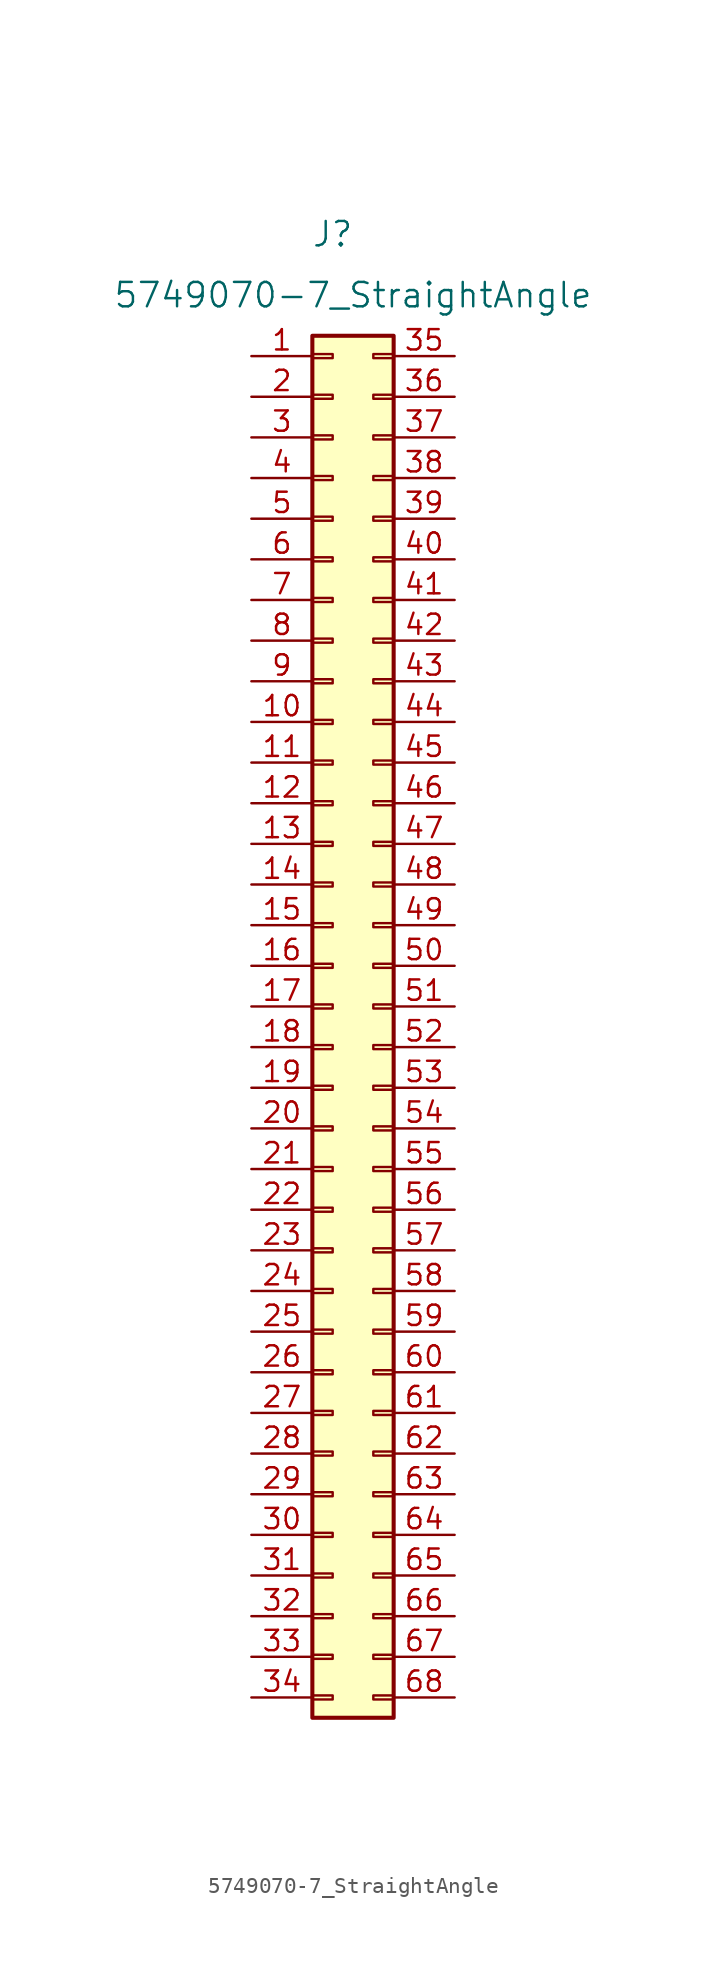
<source format=kicad_sym>
(kicad_symbol_lib
  (version 20211014)
  (generator kicad_symbol_editor)
  (symbol "5749070-7_StraightAngle"
    (pin_names
      (offset 0) hide)
    (property "Reference" "J"
      (at 5.08 7.62 0)
      (effects (font (size 1.524 1.524))))
    (property "Value" "5749070-7_StraightAngle"
      (at 6.35 3.81 0)
      (effects (font (size 1.524 1.524))))
    (symbol "5749070-7_StraightAngle_1_1"
      (rectangle (start 3.81 -83.693) (end 5.08 -83.947) (stroke (width 0.152) (type default) (color 0 0 0 0)) (fill (type none)))
      (rectangle (start 3.81 -81.153) (end 5.08 -81.407) (stroke (width 0.152) (type default) (color 0 0 0 0)) (fill (type none)))
      (rectangle (start 3.81 -78.613) (end 5.08 -78.867) (stroke (width 0.152) (type default) (color 0 0 0 0)) (fill (type none)))
      (rectangle (start 3.81 -76.073) (end 5.08 -76.327) (stroke (width 0.152) (type default) (color 0 0 0 0)) (fill (type none)))
      (rectangle (start 3.81 -73.533) (end 5.08 -73.787) (stroke (width 0.152) (type default) (color 0 0 0 0)) (fill (type none)))
      (rectangle (start 3.81 -70.993) (end 5.08 -71.247) (stroke (width 0.152) (type default) (color 0 0 0 0)) (fill (type none)))
      (rectangle (start 3.81 -68.453) (end 5.08 -68.707) (stroke (width 0.152) (type default) (color 0 0 0 0)) (fill (type none)))
      (rectangle (start 3.81 -65.913) (end 5.08 -66.167) (stroke (width 0.152) (type default) (color 0 0 0 0)) (fill (type none)))
      (rectangle (start 3.81 -63.373) (end 5.08 -63.627) (stroke (width 0.152) (type default) (color 0 0 0 0)) (fill (type none)))
      (rectangle (start 3.81 -60.833) (end 5.08 -61.087) (stroke (width 0.152) (type default) (color 0 0 0 0)) (fill (type none)))
      (rectangle (start 3.81 -58.293) (end 5.08 -58.547) (stroke (width 0.152) (type default) (color 0 0 0 0)) (fill (type none)))
      (rectangle (start 3.81 -55.753) (end 5.08 -56.007) (stroke (width 0.152) (type default) (color 0 0 0 0)) (fill (type none)))
      (rectangle (start 3.81 -53.213) (end 5.08 -53.467) (stroke (width 0.152) (type default) (color 0 0 0 0)) (fill (type none)))
      (rectangle (start 3.81 -50.673) (end 5.08 -50.927) (stroke (width 0.152) (type default) (color 0 0 0 0)) (fill (type none)))
      (rectangle (start 3.81 -48.133) (end 5.08 -48.387) (stroke (width 0.152) (type default) (color 0 0 0 0)) (fill (type none)))
      (rectangle (start 3.81 -45.593) (end 5.08 -45.847) (stroke (width 0.152) (type default) (color 0 0 0 0)) (fill (type none)))
      (rectangle (start 3.81 -43.053) (end 5.08 -43.307) (stroke (width 0.152) (type default) (color 0 0 0 0)) (fill (type none)))
      (rectangle (start 3.81 -40.513) (end 5.08 -40.767) (stroke (width 0.152) (type default) (color 0 0 0 0)) (fill (type none)))
      (rectangle (start 3.81 -37.973) (end 5.08 -38.227) (stroke (width 0.152) (type default) (color 0 0 0 0)) (fill (type none)))
      (rectangle (start 3.81 -35.433) (end 5.08 -35.687) (stroke (width 0.152) (type default) (color 0 0 0 0)) (fill (type none)))
      (rectangle (start 3.81 -32.893) (end 5.08 -33.147) (stroke (width 0.152) (type default) (color 0 0 0 0)) (fill (type none)))
      (rectangle (start 3.81 -30.353) (end 5.08 -30.607) (stroke (width 0.152) (type default) (color 0 0 0 0)) (fill (type none)))
      (rectangle (start 3.81 -27.813) (end 5.08 -28.067) (stroke (width 0.152) (type default) (color 0 0 0 0)) (fill (type none)))
      (rectangle (start 3.81 -25.273) (end 5.08 -25.527) (stroke (width 0.152) (type default) (color 0 0 0 0)) (fill (type none)))
      (rectangle (start 3.81 -22.733) (end 5.08 -22.987) (stroke (width 0.152) (type default) (color 0 0 0 0)) (fill (type none)))
      (rectangle (start 3.81 -20.193) (end 5.08 -20.447) (stroke (width 0.152) (type default) (color 0 0 0 0)) (fill (type none)))
      (rectangle (start 3.81 -17.653) (end 5.08 -17.907) (stroke (width 0.152) (type default) (color 0 0 0 0)) (fill (type none)))
      (rectangle (start 3.81 -15.113) (end 5.08 -15.367) (stroke (width 0.152) (type default) (color 0 0 0 0)) (fill (type none)))
      (rectangle (start 3.81 -12.573) (end 5.08 -12.827) (stroke (width 0.152) (type default) (color 0 0 0 0)) (fill (type none)))
      (rectangle (start 3.81 -10.033) (end 5.08 -10.287) (stroke (width 0.152) (type default) (color 0 0 0 0)) (fill (type none)))
      (rectangle (start 3.81 -7.493) (end 5.08 -7.747) (stroke (width 0.152) (type default) (color 0 0 0 0)) (fill (type none)))
      (rectangle (start 3.81 -4.953) (end 5.08 -5.207) (stroke (width 0.152) (type default) (color 0 0 0 0)) (fill (type none)))
      (rectangle (start 3.81 -2.413) (end 5.08 -2.667) (stroke (width 0.152) (type default) (color 0 0 0 0)) (fill (type none)))
      (rectangle (start 3.81 0.127) (end 5.08 -0.127) (stroke (width 0.152) (type default) (color 0 0 0 0)) (fill (type none)))
      (rectangle (start 3.81 1.27) (end 8.89 -85.09) (stroke (width 0.254) (type default) (color 0 0 0 0)) (fill (type background)))
      (rectangle (start 8.89 -83.693) (end 7.62 -83.947) (stroke (width 0.152) (type default) (color 0 0 0 0)) (fill (type none)))
      (rectangle (start 8.89 -81.153) (end 7.62 -81.407) (stroke (width 0.152) (type default) (color 0 0 0 0)) (fill (type none)))
      (rectangle (start 8.89 -78.613) (end 7.62 -78.867) (stroke (width 0.152) (type default) (color 0 0 0 0)) (fill (type none)))
      (rectangle (start 8.89 -76.073) (end 7.62 -76.327) (stroke (width 0.152) (type default) (color 0 0 0 0)) (fill (type none)))
      (rectangle (start 8.89 -73.533) (end 7.62 -73.787) (stroke (width 0.152) (type default) (color 0 0 0 0)) (fill (type none)))
      (rectangle (start 8.89 -70.993) (end 7.62 -71.247) (stroke (width 0.152) (type default) (color 0 0 0 0)) (fill (type none)))
      (rectangle (start 8.89 -68.453) (end 7.62 -68.707) (stroke (width 0.152) (type default) (color 0 0 0 0)) (fill (type none)))
      (rectangle (start 8.89 -65.913) (end 7.62 -66.167) (stroke (width 0.152) (type default) (color 0 0 0 0)) (fill (type none)))
      (rectangle (start 8.89 -63.373) (end 7.62 -63.627) (stroke (width 0.152) (type default) (color 0 0 0 0)) (fill (type none)))
      (rectangle (start 8.89 -60.833) (end 7.62 -61.087) (stroke (width 0.152) (type default) (color 0 0 0 0)) (fill (type none)))
      (rectangle (start 8.89 -58.293) (end 7.62 -58.547) (stroke (width 0.152) (type default) (color 0 0 0 0)) (fill (type none)))
      (rectangle (start 8.89 -55.753) (end 7.62 -56.007) (stroke (width 0.152) (type default) (color 0 0 0 0)) (fill (type none)))
      (rectangle (start 8.89 -53.213) (end 7.62 -53.467) (stroke (width 0.152) (type default) (color 0 0 0 0)) (fill (type none)))
      (rectangle (start 8.89 -50.673) (end 7.62 -50.927) (stroke (width 0.152) (type default) (color 0 0 0 0)) (fill (type none)))
      (rectangle (start 8.89 -48.133) (end 7.62 -48.387) (stroke (width 0.152) (type default) (color 0 0 0 0)) (fill (type none)))
      (rectangle (start 8.89 -45.593) (end 7.62 -45.847) (stroke (width 0.152) (type default) (color 0 0 0 0)) (fill (type none)))
      (rectangle (start 8.89 -43.053) (end 7.62 -43.307) (stroke (width 0.152) (type default) (color 0 0 0 0)) (fill (type none)))
      (rectangle (start 8.89 -40.513) (end 7.62 -40.767) (stroke (width 0.152) (type default) (color 0 0 0 0)) (fill (type none)))
      (rectangle (start 8.89 -37.973) (end 7.62 -38.227) (stroke (width 0.152) (type default) (color 0 0 0 0)) (fill (type none)))
      (rectangle (start 8.89 -35.433) (end 7.62 -35.687) (stroke (width 0.152) (type default) (color 0 0 0 0)) (fill (type none)))
      (rectangle (start 8.89 -32.893) (end 7.62 -33.147) (stroke (width 0.152) (type default) (color 0 0 0 0)) (fill (type none)))
      (rectangle (start 8.89 -30.353) (end 7.62 -30.607) (stroke (width 0.152) (type default) (color 0 0 0 0)) (fill (type none)))
      (rectangle (start 8.89 -27.813) (end 7.62 -28.067) (stroke (width 0.152) (type default) (color 0 0 0 0)) (fill (type none)))
      (rectangle (start 8.89 -25.273) (end 7.62 -25.527) (stroke (width 0.152) (type default) (color 0 0 0 0)) (fill (type none)))
      (rectangle (start 8.89 -22.733) (end 7.62 -22.987) (stroke (width 0.152) (type default) (color 0 0 0 0)) (fill (type none)))
      (rectangle (start 8.89 -20.193) (end 7.62 -20.447) (stroke (width 0.152) (type default) (color 0 0 0 0)) (fill (type none)))
      (rectangle (start 8.89 -17.653) (end 7.62 -17.907) (stroke (width 0.152) (type default) (color 0 0 0 0)) (fill (type none)))
      (rectangle (start 8.89 -15.113) (end 7.62 -15.367) (stroke (width 0.152) (type default) (color 0 0 0 0)) (fill (type none)))
      (rectangle (start 8.89 -12.573) (end 7.62 -12.827) (stroke (width 0.152) (type default) (color 0 0 0 0)) (fill (type none)))
      (rectangle (start 8.89 -10.033) (end 7.62 -10.287) (stroke (width 0.152) (type default) (color 0 0 0 0)) (fill (type none)))
      (rectangle (start 8.89 -7.493) (end 7.62 -7.747) (stroke (width 0.152) (type default) (color 0 0 0 0)) (fill (type none)))
      (rectangle (start 8.89 -4.953) (end 7.62 -5.207) (stroke (width 0.152) (type default) (color 0 0 0 0)) (fill (type none)))
      (rectangle (start 8.89 -2.413) (end 7.62 -2.667) (stroke (width 0.152) (type default) (color 0 0 0 0)) (fill (type none)))
      (rectangle (start 8.89 0.127) (end 7.62 -0.127) (stroke (width 0.152) (type default) (color 0 0 0 0)) (fill (type none)))
      (pin passive line (at 0 0 0) (length 3.81) (name "Pin_1" (effects (font (size 1.27 1.27)))) (number "1" (effects (font (size 1.27 1.27)))))
      (pin passive line (at 0 -22.86 0) (length 3.81) (name "Pin_10" (effects (font (size 1.27 1.27)))) (number "10" (effects (font (size 1.27 1.27)))))
      (pin passive line (at 0 -25.4 0) (length 3.81) (name "Pin_11" (effects (font (size 1.27 1.27)))) (number "11" (effects (font (size 1.27 1.27)))))
      (pin passive line (at 0 -27.94 0) (length 3.81) (name "Pin_12" (effects (font (size 1.27 1.27)))) (number "12" (effects (font (size 1.27 1.27)))))
      (pin passive line (at 0 -30.48 0) (length 3.81) (name "Pin_13" (effects (font (size 1.27 1.27)))) (number "13" (effects (font (size 1.27 1.27)))))
      (pin passive line (at 0 -33.02 0) (length 3.81) (name "Pin_14" (effects (font (size 1.27 1.27)))) (number "14" (effects (font (size 1.27 1.27)))))
      (pin passive line (at 0 -35.56 0) (length 3.81) (name "Pin_15" (effects (font (size 1.27 1.27)))) (number "15" (effects (font (size 1.27 1.27)))))
      (pin passive line (at 0 -38.1 0) (length 3.81) (name "Pin_16" (effects (font (size 1.27 1.27)))) (number "16" (effects (font (size 1.27 1.27)))))
      (pin passive line (at 0 -40.64 0) (length 3.81) (name "Pin_17" (effects (font (size 1.27 1.27)))) (number "17" (effects (font (size 1.27 1.27)))))
      (pin passive line (at 0 -43.18 0) (length 3.81) (name "Pin_18" (effects (font (size 1.27 1.27)))) (number "18" (effects (font (size 1.27 1.27)))))
      (pin passive line (at 0 -45.72 0) (length 3.81) (name "Pin_19" (effects (font (size 1.27 1.27)))) (number "19" (effects (font (size 1.27 1.27)))))
      (pin passive line (at 0 -2.54 0) (length 3.81) (name "Pin_2" (effects (font (size 1.27 1.27)))) (number "2" (effects (font (size 1.27 1.27)))))
      (pin passive line (at 0 -48.26 0) (length 3.81) (name "Pin_20" (effects (font (size 1.27 1.27)))) (number "20" (effects (font (size 1.27 1.27)))))
      (pin passive line (at 0 -50.8 0) (length 3.81) (name "Pin_21" (effects (font (size 1.27 1.27)))) (number "21" (effects (font (size 1.27 1.27)))))
      (pin passive line (at 0 -53.34 0) (length 3.81) (name "Pin_22" (effects (font (size 1.27 1.27)))) (number "22" (effects (font (size 1.27 1.27)))))
      (pin passive line (at 0 -55.88 0) (length 3.81) (name "Pin_23" (effects (font (size 1.27 1.27)))) (number "23" (effects (font (size 1.27 1.27)))))
      (pin passive line (at 0 -58.42 0) (length 3.81) (name "Pin_24" (effects (font (size 1.27 1.27)))) (number "24" (effects (font (size 1.27 1.27)))))
      (pin passive line (at 0 -60.96 0) (length 3.81) (name "Pin_25" (effects (font (size 1.27 1.27)))) (number "25" (effects (font (size 1.27 1.27)))))
      (pin passive line (at 0 -63.5 0) (length 3.81) (name "Pin_26" (effects (font (size 1.27 1.27)))) (number "26" (effects (font (size 1.27 1.27)))))
      (pin passive line (at 0 -66.04 0) (length 3.81) (name "Pin_27" (effects (font (size 1.27 1.27)))) (number "27" (effects (font (size 1.27 1.27)))))
      (pin passive line (at 0 -68.58 0) (length 3.81) (name "Pin_28" (effects (font (size 1.27 1.27)))) (number "28" (effects (font (size 1.27 1.27)))))
      (pin passive line (at 0 -71.12 0) (length 3.81) (name "Pin_29" (effects (font (size 1.27 1.27)))) (number "29" (effects (font (size 1.27 1.27)))))
      (pin passive line (at 0 -5.08 0) (length 3.81) (name "Pin_3" (effects (font (size 1.27 1.27)))) (number "3" (effects (font (size 1.27 1.27)))))
      (pin passive line (at 0 -73.66 0) (length 3.81) (name "Pin_30" (effects (font (size 1.27 1.27)))) (number "30" (effects (font (size 1.27 1.27)))))
      (pin passive line (at 0 -76.2 0) (length 3.81) (name "Pin_31" (effects (font (size 1.27 1.27)))) (number "31" (effects (font (size 1.27 1.27)))))
      (pin passive line (at 0 -78.74 0) (length 3.81) (name "Pin_32" (effects (font (size 1.27 1.27)))) (number "32" (effects (font (size 1.27 1.27)))))
      (pin passive line (at 0 -81.28 0) (length 3.81) (name "Pin_33" (effects (font (size 1.27 1.27)))) (number "33" (effects (font (size 1.27 1.27)))))
      (pin passive line (at 0 -83.82 0) (length 3.81) (name "Pin_34" (effects (font (size 1.27 1.27)))) (number "34" (effects (font (size 1.27 1.27)))))
      (pin passive line (at 12.7 0 180) (length 3.81) (name "Pin_35" (effects (font (size 1.27 1.27)))) (number "35" (effects (font (size 1.27 1.27)))))
      (pin passive line (at 12.7 -2.54 180) (length 3.81) (name "Pin_36" (effects (font (size 1.27 1.27)))) (number "36" (effects (font (size 1.27 1.27)))))
      (pin passive line (at 12.7 -5.08 180) (length 3.81) (name "Pin_37" (effects (font (size 1.27 1.27)))) (number "37" (effects (font (size 1.27 1.27)))))
      (pin passive line (at 12.7 -7.62 180) (length 3.81) (name "Pin_38" (effects (font (size 1.27 1.27)))) (number "38" (effects (font (size 1.27 1.27)))))
      (pin passive line (at 12.7 -10.16 180) (length 3.81) (name "Pin_39" (effects (font (size 1.27 1.27)))) (number "39" (effects (font (size 1.27 1.27)))))
      (pin passive line (at 0 -7.62 0) (length 3.81) (name "Pin_4" (effects (font (size 1.27 1.27)))) (number "4" (effects (font (size 1.27 1.27)))))
      (pin passive line (at 12.7 -12.7 180) (length 3.81) (name "Pin_40" (effects (font (size 1.27 1.27)))) (number "40" (effects (font (size 1.27 1.27)))))
      (pin passive line (at 12.7 -15.24 180) (length 3.81) (name "Pin_41" (effects (font (size 1.27 1.27)))) (number "41" (effects (font (size 1.27 1.27)))))
      (pin passive line (at 12.7 -17.78 180) (length 3.81) (name "Pin_42" (effects (font (size 1.27 1.27)))) (number "42" (effects (font (size 1.27 1.27)))))
      (pin passive line (at 12.7 -20.32 180) (length 3.81) (name "Pin_43" (effects (font (size 1.27 1.27)))) (number "43" (effects (font (size 1.27 1.27)))))
      (pin passive line (at 12.7 -22.86 180) (length 3.81) (name "Pin_44" (effects (font (size 1.27 1.27)))) (number "44" (effects (font (size 1.27 1.27)))))
      (pin passive line (at 12.7 -25.4 180) (length 3.81) (name "Pin_45" (effects (font (size 1.27 1.27)))) (number "45" (effects (font (size 1.27 1.27)))))
      (pin passive line (at 12.7 -27.94 180) (length 3.81) (name "Pin_46" (effects (font (size 1.27 1.27)))) (number "46" (effects (font (size 1.27 1.27)))))
      (pin passive line (at 12.7 -30.48 180) (length 3.81) (name "Pin_47" (effects (font (size 1.27 1.27)))) (number "47" (effects (font (size 1.27 1.27)))))
      (pin passive line (at 12.7 -33.02 180) (length 3.81) (name "Pin_48" (effects (font (size 1.27 1.27)))) (number "48" (effects (font (size 1.27 1.27)))))
      (pin passive line (at 12.7 -35.56 180) (length 3.81) (name "Pin_49" (effects (font (size 1.27 1.27)))) (number "49" (effects (font (size 1.27 1.27)))))
      (pin passive line (at 0 -10.16 0) (length 3.81) (name "Pin_5" (effects (font (size 1.27 1.27)))) (number "5" (effects (font (size 1.27 1.27)))))
      (pin passive line (at 12.7 -38.1 180) (length 3.81) (name "Pin_50" (effects (font (size 1.27 1.27)))) (number "50" (effects (font (size 1.27 1.27)))))
      (pin passive line (at 12.7 -40.64 180) (length 3.81) (name "Pin_51" (effects (font (size 1.27 1.27)))) (number "51" (effects (font (size 1.27 1.27)))))
      (pin passive line (at 12.7 -43.18 180) (length 3.81) (name "Pin_52" (effects (font (size 1.27 1.27)))) (number "52" (effects (font (size 1.27 1.27)))))
      (pin passive line (at 12.7 -45.72 180) (length 3.81) (name "Pin_53" (effects (font (size 1.27 1.27)))) (number "53" (effects (font (size 1.27 1.27)))))
      (pin passive line (at 12.7 -48.26 180) (length 3.81) (name "Pin_54" (effects (font (size 1.27 1.27)))) (number "54" (effects (font (size 1.27 1.27)))))
      (pin passive line (at 12.7 -50.8 180) (length 3.81) (name "Pin_55" (effects (font (size 1.27 1.27)))) (number "55" (effects (font (size 1.27 1.27)))))
      (pin passive line (at 12.7 -53.34 180) (length 3.81) (name "Pin_56" (effects (font (size 1.27 1.27)))) (number "56" (effects (font (size 1.27 1.27)))))
      (pin passive line (at 12.7 -55.88 180) (length 3.81) (name "Pin_57" (effects (font (size 1.27 1.27)))) (number "57" (effects (font (size 1.27 1.27)))))
      (pin passive line (at 12.7 -58.42 180) (length 3.81) (name "Pin_58" (effects (font (size 1.27 1.27)))) (number "58" (effects (font (size 1.27 1.27)))))
      (pin passive line (at 12.7 -60.96 180) (length 3.81) (name "Pin_59" (effects (font (size 1.27 1.27)))) (number "59" (effects (font (size 1.27 1.27)))))
      (pin passive line (at 0 -12.7 0) (length 3.81) (name "Pin_6" (effects (font (size 1.27 1.27)))) (number "6" (effects (font (size 1.27 1.27)))))
      (pin passive line (at 12.7 -63.5 180) (length 3.81) (name "Pin_60" (effects (font (size 1.27 1.27)))) (number "60" (effects (font (size 1.27 1.27)))))
      (pin passive line (at 12.7 -66.04 180) (length 3.81) (name "Pin_61" (effects (font (size 1.27 1.27)))) (number "61" (effects (font (size 1.27 1.27)))))
      (pin passive line (at 12.7 -68.58 180) (length 3.81) (name "Pin_62" (effects (font (size 1.27 1.27)))) (number "62" (effects (font (size 1.27 1.27)))))
      (pin passive line (at 12.7 -71.12 180) (length 3.81) (name "Pin_63" (effects (font (size 1.27 1.27)))) (number "63" (effects (font (size 1.27 1.27)))))
      (pin passive line (at 12.7 -73.66 180) (length 3.81) (name "Pin_64" (effects (font (size 1.27 1.27)))) (number "64" (effects (font (size 1.27 1.27)))))
      (pin passive line (at 12.7 -76.2 180) (length 3.81) (name "Pin_65" (effects (font (size 1.27 1.27)))) (number "65" (effects (font (size 1.27 1.27)))))
      (pin passive line (at 12.7 -78.74 180) (length 3.81) (name "Pin_66" (effects (font (size 1.27 1.27)))) (number "66" (effects (font (size 1.27 1.27)))))
      (pin passive line (at 12.7 -81.28 180) (length 3.81) (name "Pin_67" (effects (font (size 1.27 1.27)))) (number "67" (effects (font (size 1.27 1.27)))))
      (pin passive line (at 12.7 -83.82 180) (length 3.81) (name "Pin_68" (effects (font (size 1.27 1.27)))) (number "68" (effects (font (size 1.27 1.27)))))
      (pin passive line (at 0 -15.24 0) (length 3.81) (name "Pin_7" (effects (font (size 1.27 1.27)))) (number "7" (effects (font (size 1.27 1.27)))))
      (pin passive line (at 0 -17.78 0) (length 3.81) (name "Pin_8" (effects (font (size 1.27 1.27)))) (number "8" (effects (font (size 1.27 1.27)))))
      (pin passive line (at 0 -20.32 0) (length 3.81) (name "Pin_9" (effects (font (size 1.27 1.27)))) (number "9" (effects (font (size 1.27 1.27))))))))
</source>
